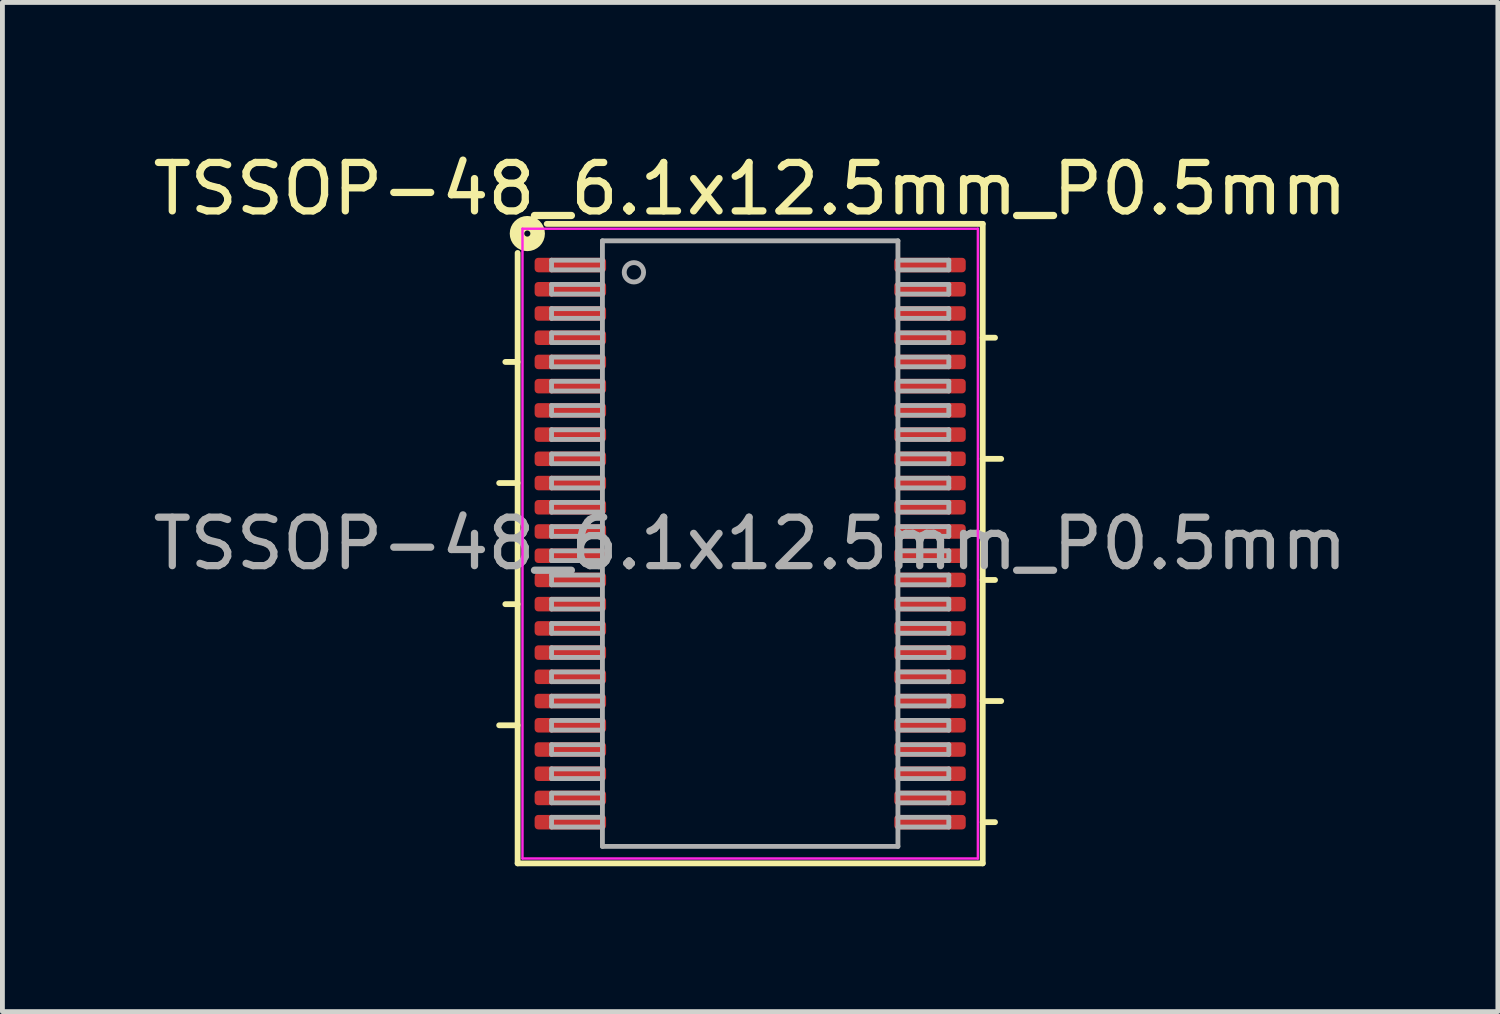
<source format=kicad_pcb>
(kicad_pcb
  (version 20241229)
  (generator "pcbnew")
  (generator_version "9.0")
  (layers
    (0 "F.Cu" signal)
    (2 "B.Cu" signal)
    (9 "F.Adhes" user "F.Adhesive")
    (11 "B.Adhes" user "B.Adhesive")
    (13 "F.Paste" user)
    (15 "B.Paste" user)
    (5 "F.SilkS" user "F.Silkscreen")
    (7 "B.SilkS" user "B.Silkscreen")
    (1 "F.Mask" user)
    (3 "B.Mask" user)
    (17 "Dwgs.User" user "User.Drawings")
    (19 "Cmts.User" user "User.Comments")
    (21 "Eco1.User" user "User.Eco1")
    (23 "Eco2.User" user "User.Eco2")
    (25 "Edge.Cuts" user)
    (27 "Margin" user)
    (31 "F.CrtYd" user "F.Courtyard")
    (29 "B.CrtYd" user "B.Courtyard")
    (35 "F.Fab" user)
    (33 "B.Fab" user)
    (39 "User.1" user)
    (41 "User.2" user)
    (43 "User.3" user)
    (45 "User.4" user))
  (footprint "TSSOP-48_6.1x12.5mm_P0.5mm"
    (layer "F.Cu")
    (at 12.435 8.171)
    (property "Reference" "TSSOP-48_6.1x12.5mm_P0.5mm" (at 0 -7.323 0) (layer "F.SilkS") (effects (font (size 1 1) (thickness 0.15))))
    (attr smd)
    (fp_line (start -4.8 -6) (end -4.8 6.6) (stroke (width 0.12) (type solid)) (layer "F.SilkS"))
    (fp_line (start -4.8 -3.75) (end -5.054 -3.75) (stroke (width 0.12) (type solid)) (layer "F.SilkS"))
    (fp_line (start -4.8 -1.25) (end -5.181 -1.25) (stroke (width 0.12) (type solid)) (layer "F.SilkS"))
    (fp_line (start -4.8 1.25) (end -5.054 1.25) (stroke (width 0.12) (type solid)) (layer "F.SilkS"))
    (fp_line (start -4.8 3.75) (end -5.181 3.75) (stroke (width 0.12) (type solid)) (layer "F.SilkS"))
    (fp_line (start -4.8 6.6) (end 4.8 6.6) (stroke (width 0.12) (type solid)) (layer "F.SilkS"))
    (fp_line (start 4.8 -6.6) (end -4.2 -6.6) (stroke (width 0.12) (type solid)) (layer "F.SilkS"))
    (fp_line (start 4.8 6.6) (end 4.8 -6.6) (stroke (width 0.12) (type solid)) (layer "F.SilkS"))
    (fp_line (start 5.054 -4.25) (end 4.8 -4.25) (stroke (width 0.12) (type solid)) (layer "F.SilkS"))
    (fp_line (start 5.054 0.75) (end 4.8 0.75) (stroke (width 0.12) (type solid)) (layer "F.SilkS"))
    (fp_line (start 5.054 5.75) (end 4.8 5.75) (stroke (width 0.12) (type solid)) (layer "F.SilkS"))
    (fp_line (start 5.181 -1.75) (end 4.8 -1.75) (stroke (width 0.12) (type solid)) (layer "F.SilkS"))
    (fp_line (start 5.181 3.25) (end 4.8 3.25) (stroke (width 0.12) (type solid)) (layer "F.SilkS"))
    (fp_circle (center -4.6 -6.4) (end -4.537 -6.4) (stroke (width 0.3) (type solid)) (fill no) (layer "F.SilkS"))
    (fp_line (start -4.7 -6.5) (end -4.7 6.5) (stroke (width 0.05) (type solid)) (layer "F.CrtYd"))
    (fp_line (start -4.7 6.5) (end 4.7 6.5) (stroke (width 0.05) (type solid)) (layer "F.CrtYd"))
    (fp_line (start 4.7 -6.5) (end -4.7 -6.5) (stroke (width 0.05) (type solid)) (layer "F.CrtYd"))
    (fp_line (start 4.7 6.5) (end 4.7 -6.5) (stroke (width 0.05) (type solid)) (layer "F.CrtYd"))
    (fp_line (start -4.1 -5.85) (end -4.1 -5.65) (stroke (width 0.1) (type solid)) (layer "F.Fab"))
    (fp_line (start -4.1 -5.85) (end -3.05 -5.85) (stroke (width 0.1) (type solid)) (layer "F.Fab"))
    (fp_line (start -4.1 -5.65) (end -3.05 -5.65) (stroke (width 0.1) (type solid)) (layer "F.Fab"))
    (fp_line (start -4.1 -5.35) (end -4.1 -5.15) (stroke (width 0.1) (type solid)) (layer "F.Fab"))
    (fp_line (start -4.1 -5.35) (end -3.05 -5.35) (stroke (width 0.1) (type solid)) (layer "F.Fab"))
    (fp_line (start -4.1 -5.15) (end -3.05 -5.15) (stroke (width 0.1) (type solid)) (layer "F.Fab"))
    (fp_line (start -4.1 -4.85) (end -4.1 -4.65) (stroke (width 0.1) (type solid)) (layer "F.Fab"))
    (fp_line (start -4.1 -4.85) (end -3.05 -4.85) (stroke (width 0.1) (type solid)) (layer "F.Fab"))
    (fp_line (start -4.1 -4.65) (end -3.05 -4.65) (stroke (width 0.1) (type solid)) (layer "F.Fab"))
    (fp_line (start -4.1 -4.35) (end -4.1 -4.15) (stroke (width 0.1) (type solid)) (layer "F.Fab"))
    (fp_line (start -4.1 -4.35) (end -3.05 -4.35) (stroke (width 0.1) (type solid)) (layer "F.Fab"))
    (fp_line (start -4.1 -4.15) (end -3.05 -4.15) (stroke (width 0.1) (type solid)) (layer "F.Fab"))
    (fp_line (start -4.1 -3.85) (end -4.1 -3.65) (stroke (width 0.1) (type solid)) (layer "F.Fab"))
    (fp_line (start -4.1 -3.85) (end -3.05 -3.85) (stroke (width 0.1) (type solid)) (layer "F.Fab"))
    (fp_line (start -4.1 -3.65) (end -3.05 -3.65) (stroke (width 0.1) (type solid)) (layer "F.Fab"))
    (fp_line (start -4.1 -3.35) (end -4.1 -3.15) (stroke (width 0.1) (type solid)) (layer "F.Fab"))
    (fp_line (start -4.1 -3.35) (end -3.05 -3.35) (stroke (width 0.1) (type solid)) (layer "F.Fab"))
    (fp_line (start -4.1 -3.15) (end -3.05 -3.15) (stroke (width 0.1) (type solid)) (layer "F.Fab"))
    (fp_line (start -4.1 -2.85) (end -4.1 -2.65) (stroke (width 0.1) (type solid)) (layer "F.Fab"))
    (fp_line (start -4.1 -2.85) (end -3.05 -2.85) (stroke (width 0.1) (type solid)) (layer "F.Fab"))
    (fp_line (start -4.1 -2.65) (end -3.05 -2.65) (stroke (width 0.1) (type solid)) (layer "F.Fab"))
    (fp_line (start -4.1 -2.35) (end -4.1 -2.15) (stroke (width 0.1) (type solid)) (layer "F.Fab"))
    (fp_line (start -4.1 -2.35) (end -3.05 -2.35) (stroke (width 0.1) (type solid)) (layer "F.Fab"))
    (fp_line (start -4.1 -2.15) (end -3.05 -2.15) (stroke (width 0.1) (type solid)) (layer "F.Fab"))
    (fp_line (start -4.1 -1.85) (end -4.1 -1.65) (stroke (width 0.1) (type solid)) (layer "F.Fab"))
    (fp_line (start -4.1 -1.85) (end -3.05 -1.85) (stroke (width 0.1) (type solid)) (layer "F.Fab"))
    (fp_line (start -4.1 -1.65) (end -3.05 -1.65) (stroke (width 0.1) (type solid)) (layer "F.Fab"))
    (fp_line (start -4.1 -1.35) (end -4.1 -1.15) (stroke (width 0.1) (type solid)) (layer "F.Fab"))
    (fp_line (start -4.1 -1.35) (end -3.05 -1.35) (stroke (width 0.1) (type solid)) (layer "F.Fab"))
    (fp_line (start -4.1 -1.15) (end -3.05 -1.15) (stroke (width 0.1) (type solid)) (layer "F.Fab"))
    (fp_line (start -4.1 -0.85) (end -4.1 -0.65) (stroke (width 0.1) (type solid)) (layer "F.Fab"))
    (fp_line (start -4.1 -0.85) (end -3.05 -0.85) (stroke (width 0.1) (type solid)) (layer "F.Fab"))
    (fp_line (start -4.1 -0.65) (end -3.05 -0.65) (stroke (width 0.1) (type solid)) (layer "F.Fab"))
    (fp_line (start -4.1 -0.35) (end -4.1 -0.15) (stroke (width 0.1) (type solid)) (layer "F.Fab"))
    (fp_line (start -4.1 -0.35) (end -3.05 -0.35) (stroke (width 0.1) (type solid)) (layer "F.Fab"))
    (fp_line (start -4.1 -0.15) (end -3.05 -0.15) (stroke (width 0.1) (type solid)) (layer "F.Fab"))
    (fp_line (start -4.1 0.15) (end -4.1 0.35) (stroke (width 0.1) (type solid)) (layer "F.Fab"))
    (fp_line (start -4.1 0.15) (end -3.05 0.15) (stroke (width 0.1) (type solid)) (layer "F.Fab"))
    (fp_line (start -4.1 0.35) (end -3.05 0.35) (stroke (width 0.1) (type solid)) (layer "F.Fab"))
    (fp_line (start -4.1 0.65) (end -4.1 0.85) (stroke (width 0.1) (type solid)) (layer "F.Fab"))
    (fp_line (start -4.1 0.65) (end -3.05 0.65) (stroke (width 0.1) (type solid)) (layer "F.Fab"))
    (fp_line (start -4.1 0.85) (end -3.05 0.85) (stroke (width 0.1) (type solid)) (layer "F.Fab"))
    (fp_line (start -4.1 1.15) (end -4.1 1.35) (stroke (width 0.1) (type solid)) (layer "F.Fab"))
    (fp_line (start -4.1 1.15) (end -3.05 1.15) (stroke (width 0.1) (type solid)) (layer "F.Fab"))
    (fp_line (start -4.1 1.35) (end -3.05 1.35) (stroke (width 0.1) (type solid)) (layer "F.Fab"))
    (fp_line (start -4.1 1.65) (end -4.1 1.85) (stroke (width 0.1) (type solid)) (layer "F.Fab"))
    (fp_line (start -4.1 1.65) (end -3.05 1.65) (stroke (width 0.1) (type solid)) (layer "F.Fab"))
    (fp_line (start -4.1 1.85) (end -3.05 1.85) (stroke (width 0.1) (type solid)) (layer "F.Fab"))
    (fp_line (start -4.1 2.15) (end -4.1 2.35) (stroke (width 0.1) (type solid)) (layer "F.Fab"))
    (fp_line (start -4.1 2.15) (end -3.05 2.15) (stroke (width 0.1) (type solid)) (layer "F.Fab"))
    (fp_line (start -4.1 2.35) (end -3.05 2.35) (stroke (width 0.1) (type solid)) (layer "F.Fab"))
    (fp_line (start -4.1 2.65) (end -4.1 2.85) (stroke (width 0.1) (type solid)) (layer "F.Fab"))
    (fp_line (start -4.1 2.65) (end -3.05 2.65) (stroke (width 0.1) (type solid)) (layer "F.Fab"))
    (fp_line (start -4.1 2.85) (end -3.05 2.85) (stroke (width 0.1) (type solid)) (layer "F.Fab"))
    (fp_line (start -4.1 3.15) (end -4.1 3.35) (stroke (width 0.1) (type solid)) (layer "F.Fab"))
    (fp_line (start -4.1 3.15) (end -3.05 3.15) (stroke (width 0.1) (type solid)) (layer "F.Fab"))
    (fp_line (start -4.1 3.35) (end -3.05 3.35) (stroke (width 0.1) (type solid)) (layer "F.Fab"))
    (fp_line (start -4.1 3.65) (end -4.1 3.85) (stroke (width 0.1) (type solid)) (layer "F.Fab"))
    (fp_line (start -4.1 3.65) (end -3.05 3.65) (stroke (width 0.1) (type solid)) (layer "F.Fab"))
    (fp_line (start -4.1 3.85) (end -3.05 3.85) (stroke (width 0.1) (type solid)) (layer "F.Fab"))
    (fp_line (start -4.1 4.15) (end -4.1 4.35) (stroke (width 0.1) (type solid)) (layer "F.Fab"))
    (fp_line (start -4.1 4.15) (end -3.05 4.15) (stroke (width 0.1) (type solid)) (layer "F.Fab"))
    (fp_line (start -4.1 4.35) (end -3.05 4.35) (stroke (width 0.1) (type solid)) (layer "F.Fab"))
    (fp_line (start -4.1 4.65) (end -4.1 4.85) (stroke (width 0.1) (type solid)) (layer "F.Fab"))
    (fp_line (start -4.1 4.65) (end -3.05 4.65) (stroke (width 0.1) (type solid)) (layer "F.Fab"))
    (fp_line (start -4.1 4.85) (end -3.05 4.85) (stroke (width 0.1) (type solid)) (layer "F.Fab"))
    (fp_line (start -4.1 5.15) (end -4.1 5.35) (stroke (width 0.1) (type solid)) (layer "F.Fab"))
    (fp_line (start -4.1 5.15) (end -3.05 5.15) (stroke (width 0.1) (type solid)) (layer "F.Fab"))
    (fp_line (start -4.1 5.35) (end -3.05 5.35) (stroke (width 0.1) (type solid)) (layer "F.Fab"))
    (fp_line (start -4.1 5.65) (end -4.1 5.85) (stroke (width 0.1) (type solid)) (layer "F.Fab"))
    (fp_line (start -4.1 5.65) (end -3.05 5.65) (stroke (width 0.1) (type solid)) (layer "F.Fab"))
    (fp_line (start -4.1 5.85) (end -3.05 5.85) (stroke (width 0.1) (type solid)) (layer "F.Fab"))
    (fp_line (start -3.05 -6.25) (end 3.05 -6.25) (stroke (width 0.1) (type solid)) (layer "F.Fab"))
    (fp_line (start -3.05 6.25) (end -3.05 -6.25) (stroke (width 0.1) (type solid)) (layer "F.Fab"))
    (fp_line (start 3.05 -6.25) (end 3.05 6.25) (stroke (width 0.1) (type solid)) (layer "F.Fab"))
    (fp_line (start 3.05 6.25) (end -3.05 6.25) (stroke (width 0.1) (type solid)) (layer "F.Fab"))
    (fp_line (start 4.1 -5.85) (end 3.05 -5.85) (stroke (width 0.1) (type solid)) (layer "F.Fab"))
    (fp_line (start 4.1 -5.65) (end 3.05 -5.65) (stroke (width 0.1) (type solid)) (layer "F.Fab"))
    (fp_line (start 4.1 -5.65) (end 4.1 -5.85) (stroke (width 0.1) (type solid)) (layer "F.Fab"))
    (fp_line (start 4.1 -5.35) (end 3.05 -5.35) (stroke (width 0.1) (type solid)) (layer "F.Fab"))
    (fp_line (start 4.1 -5.15) (end 3.05 -5.15) (stroke (width 0.1) (type solid)) (layer "F.Fab"))
    (fp_line (start 4.1 -5.15) (end 4.1 -5.35) (stroke (width 0.1) (type solid)) (layer "F.Fab"))
    (fp_line (start 4.1 -4.85) (end 3.05 -4.85) (stroke (width 0.1) (type solid)) (layer "F.Fab"))
    (fp_line (start 4.1 -4.65) (end 3.05 -4.65) (stroke (width 0.1) (type solid)) (layer "F.Fab"))
    (fp_line (start 4.1 -4.65) (end 4.1 -4.85) (stroke (width 0.1) (type solid)) (layer "F.Fab"))
    (fp_line (start 4.1 -4.35) (end 3.05 -4.35) (stroke (width 0.1) (type solid)) (layer "F.Fab"))
    (fp_line (start 4.1 -4.15) (end 3.05 -4.15) (stroke (width 0.1) (type solid)) (layer "F.Fab"))
    (fp_line (start 4.1 -4.15) (end 4.1 -4.35) (stroke (width 0.1) (type solid)) (layer "F.Fab"))
    (fp_line (start 4.1 -3.85) (end 3.05 -3.85) (stroke (width 0.1) (type solid)) (layer "F.Fab"))
    (fp_line (start 4.1 -3.65) (end 3.05 -3.65) (stroke (width 0.1) (type solid)) (layer "F.Fab"))
    (fp_line (start 4.1 -3.65) (end 4.1 -3.85) (stroke (width 0.1) (type solid)) (layer "F.Fab"))
    (fp_line (start 4.1 -3.35) (end 3.05 -3.35) (stroke (width 0.1) (type solid)) (layer "F.Fab"))
    (fp_line (start 4.1 -3.15) (end 3.05 -3.15) (stroke (width 0.1) (type solid)) (layer "F.Fab"))
    (fp_line (start 4.1 -3.15) (end 4.1 -3.35) (stroke (width 0.1) (type solid)) (layer "F.Fab"))
    (fp_line (start 4.1 -2.85) (end 3.05 -2.85) (stroke (width 0.1) (type solid)) (layer "F.Fab"))
    (fp_line (start 4.1 -2.65) (end 3.05 -2.65) (stroke (width 0.1) (type solid)) (layer "F.Fab"))
    (fp_line (start 4.1 -2.65) (end 4.1 -2.85) (stroke (width 0.1) (type solid)) (layer "F.Fab"))
    (fp_line (start 4.1 -2.35) (end 3.05 -2.35) (stroke (width 0.1) (type solid)) (layer "F.Fab"))
    (fp_line (start 4.1 -2.15) (end 3.05 -2.15) (stroke (width 0.1) (type solid)) (layer "F.Fab"))
    (fp_line (start 4.1 -2.15) (end 4.1 -2.35) (stroke (width 0.1) (type solid)) (layer "F.Fab"))
    (fp_line (start 4.1 -1.85) (end 3.05 -1.85) (stroke (width 0.1) (type solid)) (layer "F.Fab"))
    (fp_line (start 4.1 -1.65) (end 3.05 -1.65) (stroke (width 0.1) (type solid)) (layer "F.Fab"))
    (fp_line (start 4.1 -1.65) (end 4.1 -1.85) (stroke (width 0.1) (type solid)) (layer "F.Fab"))
    (fp_line (start 4.1 -1.35) (end 3.05 -1.35) (stroke (width 0.1) (type solid)) (layer "F.Fab"))
    (fp_line (start 4.1 -1.15) (end 3.05 -1.15) (stroke (width 0.1) (type solid)) (layer "F.Fab"))
    (fp_line (start 4.1 -1.15) (end 4.1 -1.35) (stroke (width 0.1) (type solid)) (layer "F.Fab"))
    (fp_line (start 4.1 -0.85) (end 3.05 -0.85) (stroke (width 0.1) (type solid)) (layer "F.Fab"))
    (fp_line (start 4.1 -0.65) (end 3.05 -0.65) (stroke (width 0.1) (type solid)) (layer "F.Fab"))
    (fp_line (start 4.1 -0.65) (end 4.1 -0.85) (stroke (width 0.1) (type solid)) (layer "F.Fab"))
    (fp_line (start 4.1 -0.35) (end 3.05 -0.35) (stroke (width 0.1) (type solid)) (layer "F.Fab"))
    (fp_line (start 4.1 -0.15) (end 3.05 -0.15) (stroke (width 0.1) (type solid)) (layer "F.Fab"))
    (fp_line (start 4.1 -0.15) (end 4.1 -0.35) (stroke (width 0.1) (type solid)) (layer "F.Fab"))
    (fp_line (start 4.1 0.15) (end 3.05 0.15) (stroke (width 0.1) (type solid)) (layer "F.Fab"))
    (fp_line (start 4.1 0.35) (end 3.05 0.35) (stroke (width 0.1) (type solid)) (layer "F.Fab"))
    (fp_line (start 4.1 0.35) (end 4.1 0.15) (stroke (width 0.1) (type solid)) (layer "F.Fab"))
    (fp_line (start 4.1 0.65) (end 3.05 0.65) (stroke (width 0.1) (type solid)) (layer "F.Fab"))
    (fp_line (start 4.1 0.85) (end 3.05 0.85) (stroke (width 0.1) (type solid)) (layer "F.Fab"))
    (fp_line (start 4.1 0.85) (end 4.1 0.65) (stroke (width 0.1) (type solid)) (layer "F.Fab"))
    (fp_line (start 4.1 1.15) (end 3.05 1.15) (stroke (width 0.1) (type solid)) (layer "F.Fab"))
    (fp_line (start 4.1 1.35) (end 3.05 1.35) (stroke (width 0.1) (type solid)) (layer "F.Fab"))
    (fp_line (start 4.1 1.35) (end 4.1 1.15) (stroke (width 0.1) (type solid)) (layer "F.Fab"))
    (fp_line (start 4.1 1.65) (end 3.05 1.65) (stroke (width 0.1) (type solid)) (layer "F.Fab"))
    (fp_line (start 4.1 1.85) (end 3.05 1.85) (stroke (width 0.1) (type solid)) (layer "F.Fab"))
    (fp_line (start 4.1 1.85) (end 4.1 1.65) (stroke (width 0.1) (type solid)) (layer "F.Fab"))
    (fp_line (start 4.1 2.15) (end 3.05 2.15) (stroke (width 0.1) (type solid)) (layer "F.Fab"))
    (fp_line (start 4.1 2.35) (end 3.05 2.35) (stroke (width 0.1) (type solid)) (layer "F.Fab"))
    (fp_line (start 4.1 2.35) (end 4.1 2.15) (stroke (width 0.1) (type solid)) (layer "F.Fab"))
    (fp_line (start 4.1 2.65) (end 3.05 2.65) (stroke (width 0.1) (type solid)) (layer "F.Fab"))
    (fp_line (start 4.1 2.85) (end 3.05 2.85) (stroke (width 0.1) (type solid)) (layer "F.Fab"))
    (fp_line (start 4.1 2.85) (end 4.1 2.65) (stroke (width 0.1) (type solid)) (layer "F.Fab"))
    (fp_line (start 4.1 3.15) (end 3.05 3.15) (stroke (width 0.1) (type solid)) (layer "F.Fab"))
    (fp_line (start 4.1 3.35) (end 3.05 3.35) (stroke (width 0.1) (type solid)) (layer "F.Fab"))
    (fp_line (start 4.1 3.35) (end 4.1 3.15) (stroke (width 0.1) (type solid)) (layer "F.Fab"))
    (fp_line (start 4.1 3.65) (end 3.05 3.65) (stroke (width 0.1) (type solid)) (layer "F.Fab"))
    (fp_line (start 4.1 3.85) (end 3.05 3.85) (stroke (width 0.1) (type solid)) (layer "F.Fab"))
    (fp_line (start 4.1 3.85) (end 4.1 3.65) (stroke (width 0.1) (type solid)) (layer "F.Fab"))
    (fp_line (start 4.1 4.15) (end 3.05 4.15) (stroke (width 0.1) (type solid)) (layer "F.Fab"))
    (fp_line (start 4.1 4.35) (end 3.05 4.35) (stroke (width 0.1) (type solid)) (layer "F.Fab"))
    (fp_line (start 4.1 4.35) (end 4.1 4.15) (stroke (width 0.1) (type solid)) (layer "F.Fab"))
    (fp_line (start 4.1 4.65) (end 3.05 4.65) (stroke (width 0.1) (type solid)) (layer "F.Fab"))
    (fp_line (start 4.1 4.85) (end 3.05 4.85) (stroke (width 0.1) (type solid)) (layer "F.Fab"))
    (fp_line (start 4.1 4.85) (end 4.1 4.65) (stroke (width 0.1) (type solid)) (layer "F.Fab"))
    (fp_line (start 4.1 5.15) (end 3.05 5.15) (stroke (width 0.1) (type solid)) (layer "F.Fab"))
    (fp_line (start 4.1 5.35) (end 3.05 5.35) (stroke (width 0.1) (type solid)) (layer "F.Fab"))
    (fp_line (start 4.1 5.35) (end 4.1 5.15) (stroke (width 0.1) (type solid)) (layer "F.Fab"))
    (fp_line (start 4.1 5.65) (end 3.05 5.65) (stroke (width 0.1) (type solid)) (layer "F.Fab"))
    (fp_line (start 4.1 5.85) (end 3.05 5.85) (stroke (width 0.1) (type solid)) (layer "F.Fab"))
    (fp_line (start 4.1 5.85) (end 4.1 5.65) (stroke (width 0.1) (type solid)) (layer "F.Fab"))
    (fp_circle (center -2.4 -5.6) (end -2.2 -5.6) (stroke (width 0.1) (type solid)) (fill no) (layer "F.Fab"))
    (fp_text user "${REFERENCE}" (at 0 0 0) (layer "F.Fab") (effects (font (size 1 1) (thickness 0.15))))
    (pad "1" smd roundrect (at -3.712 -5.75) (size 1.475 0.3) (layers "F.Cu" "F.Mask" "F.Paste") (roundrect_rratio 0.25))
    (pad "2" smd roundrect (at -3.712 -5.25) (size 1.475 0.3) (layers "F.Cu" "F.Mask" "F.Paste") (roundrect_rratio 0.25))
    (pad "3" smd roundrect (at -3.712 -4.75) (size 1.475 0.3) (layers "F.Cu" "F.Mask" "F.Paste") (roundrect_rratio 0.25))
    (pad "4" smd roundrect (at -3.712 -4.25) (size 1.475 0.3) (layers "F.Cu" "F.Mask" "F.Paste") (roundrect_rratio 0.25))
    (pad "5" smd roundrect (at -3.712 -3.75) (size 1.475 0.3) (layers "F.Cu" "F.Mask" "F.Paste") (roundrect_rratio 0.25))
    (pad "6" smd roundrect (at -3.712 -3.25) (size 1.475 0.3) (layers "F.Cu" "F.Mask" "F.Paste") (roundrect_rratio 0.25))
    (pad "7" smd roundrect (at -3.712 -2.75) (size 1.475 0.3) (layers "F.Cu" "F.Mask" "F.Paste") (roundrect_rratio 0.25))
    (pad "8" smd roundrect (at -3.712 -2.25) (size 1.475 0.3) (layers "F.Cu" "F.Mask" "F.Paste") (roundrect_rratio 0.25))
    (pad "9" smd roundrect (at -3.712 -1.75) (size 1.475 0.3) (layers "F.Cu" "F.Mask" "F.Paste") (roundrect_rratio 0.25))
    (pad "10" smd roundrect (at -3.712 -1.25) (size 1.475 0.3) (layers "F.Cu" "F.Mask" "F.Paste") (roundrect_rratio 0.25))
    (pad "11" smd roundrect (at -3.712 -0.75) (size 1.475 0.3) (layers "F.Cu" "F.Mask" "F.Paste") (roundrect_rratio 0.25))
    (pad "12" smd roundrect (at -3.712 -0.25) (size 1.475 0.3) (layers "F.Cu" "F.Mask" "F.Paste") (roundrect_rratio 0.25))
    (pad "13" smd roundrect (at -3.712 0.25) (size 1.475 0.3) (layers "F.Cu" "F.Mask" "F.Paste") (roundrect_rratio 0.25))
    (pad "14" smd roundrect (at -3.712 0.75) (size 1.475 0.3) (layers "F.Cu" "F.Mask" "F.Paste") (roundrect_rratio 0.25))
    (pad "15" smd roundrect (at -3.712 1.25) (size 1.475 0.3) (layers "F.Cu" "F.Mask" "F.Paste") (roundrect_rratio 0.25))
    (pad "16" smd roundrect (at -3.712 1.75) (size 1.475 0.3) (layers "F.Cu" "F.Mask" "F.Paste") (roundrect_rratio 0.25))
    (pad "17" smd roundrect (at -3.712 2.25) (size 1.475 0.3) (layers "F.Cu" "F.Mask" "F.Paste") (roundrect_rratio 0.25))
    (pad "18" smd roundrect (at -3.712 2.75) (size 1.475 0.3) (layers "F.Cu" "F.Mask" "F.Paste") (roundrect_rratio 0.25))
    (pad "19" smd roundrect (at -3.712 3.25) (size 1.475 0.3) (layers "F.Cu" "F.Mask" "F.Paste") (roundrect_rratio 0.25))
    (pad "20" smd roundrect (at -3.712 3.75) (size 1.475 0.3) (layers "F.Cu" "F.Mask" "F.Paste") (roundrect_rratio 0.25))
    (pad "21" smd roundrect (at -3.712 4.25) (size 1.475 0.3) (layers "F.Cu" "F.Mask" "F.Paste") (roundrect_rratio 0.25))
    (pad "22" smd roundrect (at -3.712 4.75) (size 1.475 0.3) (layers "F.Cu" "F.Mask" "F.Paste") (roundrect_rratio 0.25))
    (pad "23" smd roundrect (at -3.712 5.25) (size 1.475 0.3) (layers "F.Cu" "F.Mask" "F.Paste") (roundrect_rratio 0.25))
    (pad "24" smd roundrect (at -3.712 5.75) (size 1.475 0.3) (layers "F.Cu" "F.Mask" "F.Paste") (roundrect_rratio 0.25))
    (pad "25" smd roundrect (at 3.712 5.75) (size 1.475 0.3) (layers "F.Cu" "F.Mask" "F.Paste") (roundrect_rratio 0.25))
    (pad "26" smd roundrect (at 3.712 5.25) (size 1.475 0.3) (layers "F.Cu" "F.Mask" "F.Paste") (roundrect_rratio 0.25))
    (pad "27" smd roundrect (at 3.712 4.75) (size 1.475 0.3) (layers "F.Cu" "F.Mask" "F.Paste") (roundrect_rratio 0.25))
    (pad "28" smd roundrect (at 3.712 4.25) (size 1.475 0.3) (layers "F.Cu" "F.Mask" "F.Paste") (roundrect_rratio 0.25))
    (pad "29" smd roundrect (at 3.712 3.75) (size 1.475 0.3) (layers "F.Cu" "F.Mask" "F.Paste") (roundrect_rratio 0.25))
    (pad "30" smd roundrect (at 3.712 3.25) (size 1.475 0.3) (layers "F.Cu" "F.Mask" "F.Paste") (roundrect_rratio 0.25))
    (pad "31" smd roundrect (at 3.712 2.75) (size 1.475 0.3) (layers "F.Cu" "F.Mask" "F.Paste") (roundrect_rratio 0.25))
    (pad "32" smd roundrect (at 3.712 2.25) (size 1.475 0.3) (layers "F.Cu" "F.Mask" "F.Paste") (roundrect_rratio 0.25))
    (pad "33" smd roundrect (at 3.712 1.75) (size 1.475 0.3) (layers "F.Cu" "F.Mask" "F.Paste") (roundrect_rratio 0.25))
    (pad "34" smd roundrect (at 3.712 1.25) (size 1.475 0.3) (layers "F.Cu" "F.Mask" "F.Paste") (roundrect_rratio 0.25))
    (pad "35" smd roundrect (at 3.712 0.75) (size 1.475 0.3) (layers "F.Cu" "F.Mask" "F.Paste") (roundrect_rratio 0.25))
    (pad "36" smd roundrect (at 3.712 0.25) (size 1.475 0.3) (layers "F.Cu" "F.Mask" "F.Paste") (roundrect_rratio 0.25))
    (pad "37" smd roundrect (at 3.712 -0.25) (size 1.475 0.3) (layers "F.Cu" "F.Mask" "F.Paste") (roundrect_rratio 0.25))
    (pad "38" smd roundrect (at 3.712 -0.75) (size 1.475 0.3) (layers "F.Cu" "F.Mask" "F.Paste") (roundrect_rratio 0.25))
    (pad "39" smd roundrect (at 3.712 -1.25) (size 1.475 0.3) (layers "F.Cu" "F.Mask" "F.Paste") (roundrect_rratio 0.25))
    (pad "40" smd roundrect (at 3.712 -1.75) (size 1.475 0.3) (layers "F.Cu" "F.Mask" "F.Paste") (roundrect_rratio 0.25))
    (pad "41" smd roundrect (at 3.712 -2.25) (size 1.475 0.3) (layers "F.Cu" "F.Mask" "F.Paste") (roundrect_rratio 0.25))
    (pad "42" smd roundrect (at 3.712 -2.75) (size 1.475 0.3) (layers "F.Cu" "F.Mask" "F.Paste") (roundrect_rratio 0.25))
    (pad "43" smd roundrect (at 3.712 -3.25) (size 1.475 0.3) (layers "F.Cu" "F.Mask" "F.Paste") (roundrect_rratio 0.25))
    (pad "44" smd roundrect (at 3.712 -3.75) (size 1.475 0.3) (layers "F.Cu" "F.Mask" "F.Paste") (roundrect_rratio 0.25))
    (pad "45" smd roundrect (at 3.712 -4.25) (size 1.475 0.3) (layers "F.Cu" "F.Mask" "F.Paste") (roundrect_rratio 0.25))
    (pad "46" smd roundrect (at 3.712 -4.75) (size 1.475 0.3) (layers "F.Cu" "F.Mask" "F.Paste") (roundrect_rratio 0.25))
    (pad "47" smd roundrect (at 3.712 -5.25) (size 1.475 0.3) (layers "F.Cu" "F.Mask" "F.Paste") (roundrect_rratio 0.25))
    (pad "48" smd roundrect (at 3.712 -5.75) (size 1.475 0.3) (layers "F.Cu" "F.Mask" "F.Paste") (roundrect_rratio 0.25)))
  (gr_rect
    (start -3 -3)
    (end 27.869 17.831)
    (stroke (width 0.1) (type default))
    (fill no)
    (layer "Edge.Cuts")))
</source>
